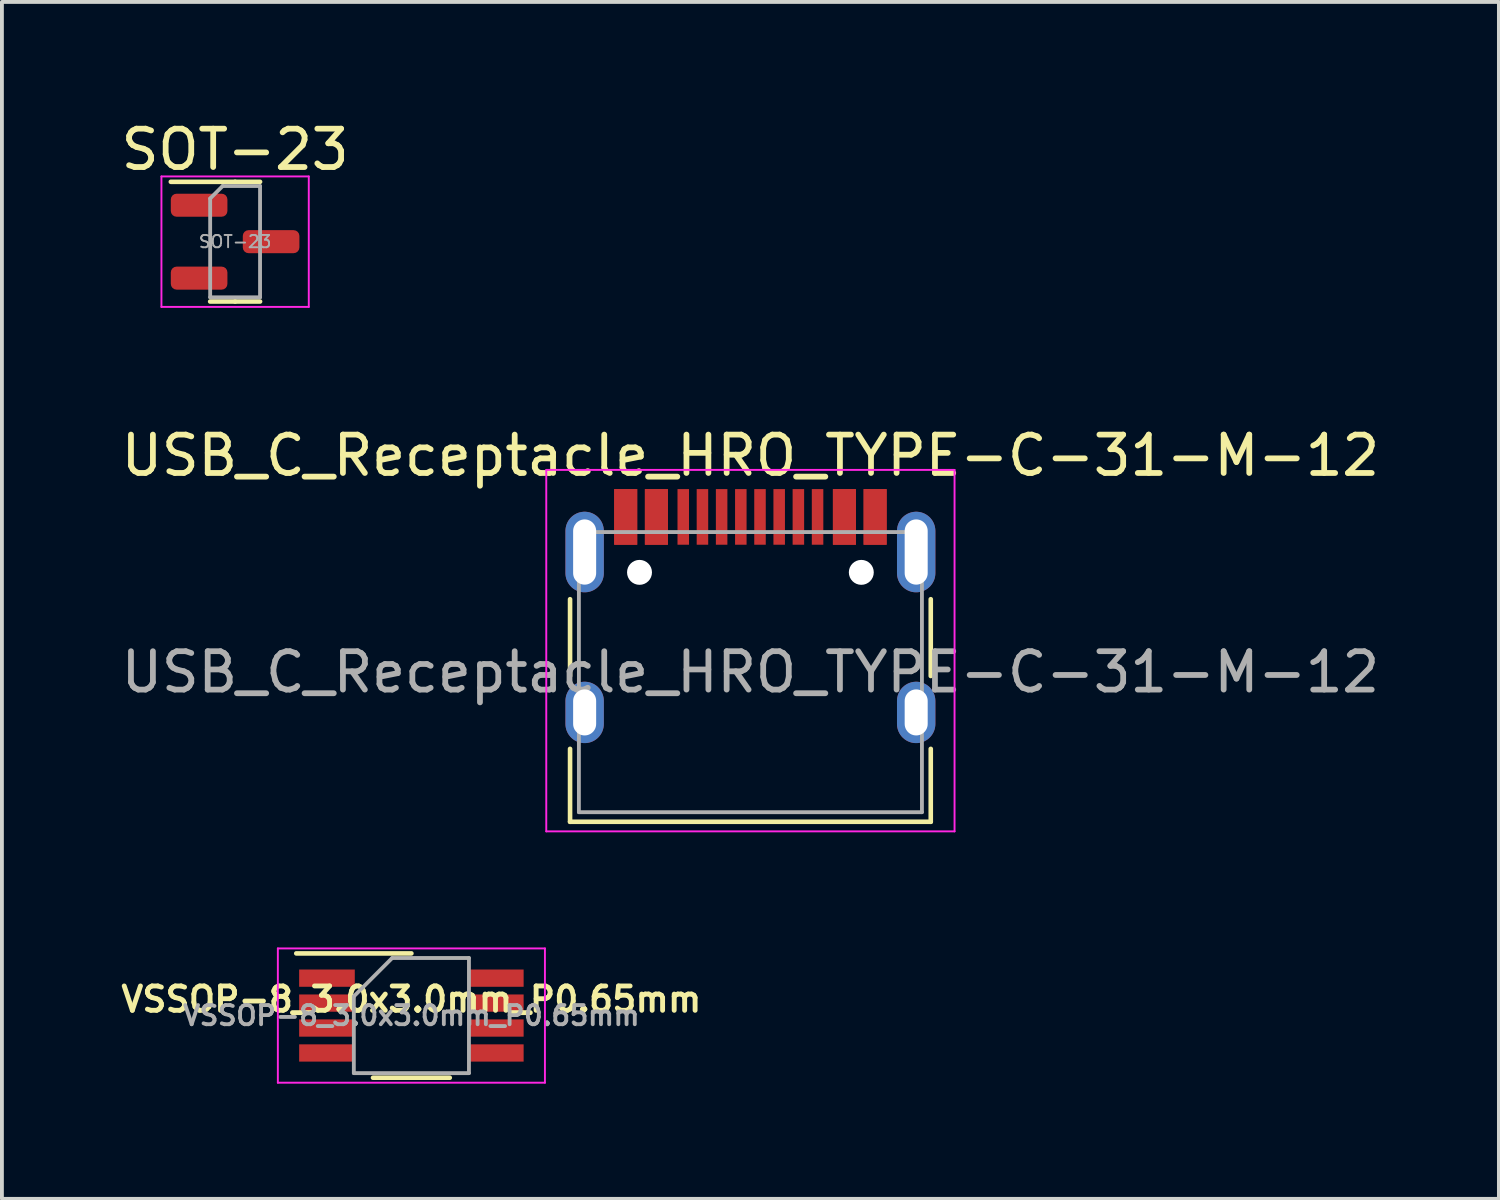
<source format=kicad_pcb>
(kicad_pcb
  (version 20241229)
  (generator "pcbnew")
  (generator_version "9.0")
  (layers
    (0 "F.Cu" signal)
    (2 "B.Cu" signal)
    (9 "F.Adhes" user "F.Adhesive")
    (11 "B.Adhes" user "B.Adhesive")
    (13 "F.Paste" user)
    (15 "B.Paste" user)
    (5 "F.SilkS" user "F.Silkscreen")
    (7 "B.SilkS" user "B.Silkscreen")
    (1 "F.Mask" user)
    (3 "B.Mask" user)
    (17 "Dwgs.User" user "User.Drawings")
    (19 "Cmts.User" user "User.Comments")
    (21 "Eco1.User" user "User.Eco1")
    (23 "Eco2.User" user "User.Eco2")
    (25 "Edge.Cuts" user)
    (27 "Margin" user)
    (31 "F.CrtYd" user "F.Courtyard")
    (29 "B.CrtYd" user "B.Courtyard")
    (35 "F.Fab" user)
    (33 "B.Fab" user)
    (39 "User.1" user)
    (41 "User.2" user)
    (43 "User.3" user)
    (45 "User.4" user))
  (footprint "VSSOP-8_3.0x3.0mm_P0.65mm"
    (layer "F.Cu")
    (at 7.671 23.416)
    (property "Reference" "VSSOP-8_3.0x3.0mm_P0.65mm" (at 0 -0.424 0) (layer "F.SilkS") (effects (font (size 0.635 0.635) (thickness 0.127))))
    (attr smd)
    (fp_line (start 0 -1.62) (end -3 -1.62) (stroke (width 0.12) (type solid)) (layer "F.SilkS"))
    (fp_line (start 1 1.62) (end -1 1.62) (stroke (width 0.12) (type solid)) (layer "F.SilkS"))
    (fp_line (start -3.48 -1.75) (end 3.48 -1.75) (stroke (width 0.05) (type solid)) (layer "F.CrtYd"))
    (fp_line (start -3.48 1.75) (end -3.48 -1.75) (stroke (width 0.05) (type solid)) (layer "F.CrtYd"))
    (fp_line (start 3.48 -1.75) (end 3.48 1.75) (stroke (width 0.05) (type solid)) (layer "F.CrtYd"))
    (fp_line (start 3.48 1.75) (end -3.48 1.75) (stroke (width 0.05) (type solid)) (layer "F.CrtYd"))
    (fp_line (start -1.5 1.5) (end -1.5 -0.5) (stroke (width 0.1) (type solid)) (layer "F.Fab"))
    (fp_line (start -0.5 -1.5) (end -1.5 -0.5) (stroke (width 0.1) (type solid)) (layer "F.Fab"))
    (fp_line (start -0.5 -1.5) (end 1.5 -1.5) (stroke (width 0.1) (type solid)) (layer "F.Fab"))
    (fp_line (start 1.5 -1.5) (end 1.5 1.5) (stroke (width 0.1) (type solid)) (layer "F.Fab"))
    (fp_line (start 1.5 1.5) (end -1.5 1.5) (stroke (width 0.1) (type solid)) (layer "F.Fab"))
    (fp_text user "${REFERENCE}" (at 0 0 0) (layer "F.Fab") (effects (font (size 0.5 0.5) (thickness 0.1))))
    (pad "1" smd rect (at -2.2 -0.975 270) (size 0.45 1.45) (layers "F.Cu" "F.Mask" "F.Paste"))
    (pad "2" smd rect (at -2.2 -0.325 270) (size 0.45 1.45) (layers "F.Cu" "F.Mask" "F.Paste"))
    (pad "3" smd rect (at -2.2 0.325 270) (size 0.45 1.45) (layers "F.Cu" "F.Mask" "F.Paste"))
    (pad "4" smd rect (at -2.2 0.975 270) (size 0.45 1.45) (layers "F.Cu" "F.Mask" "F.Paste"))
    (pad "5" smd rect (at 2.2 0.975 270) (size 0.45 1.45) (layers "F.Cu" "F.Mask" "F.Paste"))
    (pad "6" smd rect (at 2.2 0.325 270) (size 0.45 1.45) (layers "F.Cu" "F.Mask" "F.Paste"))
    (pad "7" smd rect (at 2.2 -0.325 270) (size 0.45 1.45) (layers "F.Cu" "F.Mask" "F.Paste"))
    (pad "8" smd rect (at 2.2 -0.975 270) (size 0.45 1.45) (layers "F.Cu" "F.Mask" "F.Paste")))
  (footprint "USB_C_Receptacle_HRO_TYPE-C-31-M-12"
    (layer "F.Cu")
    (at 16.506 14.466)
    (property "Reference" "USB_C_Receptacle_HRO_TYPE-C-31-M-12" (at 0 -5.645 0) (layer "F.SilkS") (effects (font (size 1 1) (thickness 0.15))))
    (attr smd)
    (fp_line (start -4.7 -1.9) (end -4.7 0.1) (stroke (width 0.12) (type solid)) (layer "F.SilkS"))
    (fp_line (start -4.7 2) (end -4.7 3.9) (stroke (width 0.12) (type solid)) (layer "F.SilkS"))
    (fp_line (start -4.7 3.9) (end 4.7 3.9) (stroke (width 0.12) (type solid)) (layer "F.SilkS"))
    (fp_line (start 4.7 -1.9) (end 4.7 0.1) (stroke (width 0.12) (type solid)) (layer "F.SilkS"))
    (fp_line (start 4.7 2) (end 4.7 3.9) (stroke (width 0.12) (type solid)) (layer "F.SilkS"))
    (fp_line (start -5.32 -5.27) (end -5.32 4.15) (stroke (width 0.05) (type solid)) (layer "F.CrtYd"))
    (fp_line (start -5.32 -5.27) (end 5.32 -5.27) (stroke (width 0.05) (type solid)) (layer "F.CrtYd"))
    (fp_line (start -5.32 4.15) (end 5.32 4.15) (stroke (width 0.05) (type solid)) (layer "F.CrtYd"))
    (fp_line (start 5.32 -5.27) (end 5.32 4.15) (stroke (width 0.05) (type solid)) (layer "F.CrtYd"))
    (fp_line (start -4.47 -3.65) (end -4.47 3.65) (stroke (width 0.1) (type solid)) (layer "F.Fab"))
    (fp_line (start -4.47 -3.65) (end 4.47 -3.65) (stroke (width 0.1) (type solid)) (layer "F.Fab"))
    (fp_line (start -4.47 3.65) (end 4.47 3.65) (stroke (width 0.1) (type solid)) (layer "F.Fab"))
    (fp_line (start 4.47 -3.65) (end 4.47 3.65) (stroke (width 0.1) (type solid)) (layer "F.Fab"))
    (fp_text user "${REFERENCE}" (at 0 0 0) (layer "F.Fab") (effects (font (size 1 1) (thickness 0.15))))
    (pad "" np_thru_hole circle (at -2.89 -2.6) (size 0.65 0.65) (drill 0.65) (layers "*.Cu" "*.Mask"))
    (pad "" np_thru_hole circle (at 2.89 -2.6) (size 0.65 0.65) (drill 0.65) (layers "*.Cu" "*.Mask"))
    (pad "A1" smd rect (at -3.25 -4.045) (size 0.6 1.45) (layers "F.Cu" "F.Mask" "F.Paste"))
    (pad "A4" smd rect (at -2.45 -4.045) (size 0.6 1.45) (layers "F.Cu" "F.Mask" "F.Paste"))
    (pad "A5" smd rect (at -1.25 -4.045) (size 0.3 1.45) (layers "F.Cu" "F.Mask" "F.Paste"))
    (pad "A6" smd rect (at -0.25 -4.045) (size 0.3 1.45) (layers "F.Cu" "F.Mask" "F.Paste"))
    (pad "A7" smd rect (at 0.25 -4.045) (size 0.3 1.45) (layers "F.Cu" "F.Mask" "F.Paste"))
    (pad "A8" smd rect (at 1.25 -4.045) (size 0.3 1.45) (layers "F.Cu" "F.Mask" "F.Paste"))
    (pad "A9" smd rect (at 2.45 -4.045) (size 0.6 1.45) (layers "F.Cu" "F.Mask" "F.Paste"))
    (pad "A12" smd rect (at 3.25 -4.045) (size 0.6 1.45) (layers "F.Cu" "F.Mask" "F.Paste"))
    (pad "B1" smd rect (at 3.25 -4.045) (size 0.6 1.45) (layers "F.Cu" "F.Mask" "F.Paste"))
    (pad "B4" smd rect (at 2.45 -4.045) (size 0.6 1.45) (layers "F.Cu" "F.Mask" "F.Paste"))
    (pad "B5" smd rect (at 1.75 -4.045) (size 0.3 1.45) (layers "F.Cu" "F.Mask" "F.Paste"))
    (pad "B6" smd rect (at 0.75 -4.045) (size 0.3 1.45) (layers "F.Cu" "F.Mask" "F.Paste"))
    (pad "B7" smd rect (at -0.75 -4.045) (size 0.3 1.45) (layers "F.Cu" "F.Mask" "F.Paste"))
    (pad "B8" smd rect (at -1.75 -4.045) (size 0.3 1.45) (layers "F.Cu" "F.Mask" "F.Paste"))
    (pad "B9" smd rect (at -2.45 -4.045) (size 0.6 1.45) (layers "F.Cu" "F.Mask" "F.Paste"))
    (pad "B12" smd rect (at -3.25 -4.045) (size 0.6 1.45) (layers "F.Cu" "F.Mask" "F.Paste"))
    (pad "S1" thru_hole oval (at -4.32 -3.13) (size 1 2.1) (drill oval 0.6 1.7) (layers "*.Cu" "*.Mask"))
    (pad "S1" thru_hole oval (at -4.32 1.05) (size 1 1.6) (drill oval 0.6 1.2) (layers "*.Cu" "*.Mask"))
    (pad "S1" thru_hole oval (at 4.32 -3.13) (size 1 2.1) (drill oval 0.6 1.7) (layers "*.Cu" "*.Mask"))
    (pad "S1" thru_hole oval (at 4.32 1.05) (size 1 1.6) (drill oval 0.6 1.2) (layers "*.Cu" "*.Mask")))
  (footprint "SOT-23"
    (layer "F.Cu")
    (at 3.077 3.248)
    (property "Reference" "SOT-23" (at 0 -2.4 0) (layer "F.SilkS") (effects (font (size 1 1) (thickness 0.15))))
    (attr smd)
    (fp_line (start 0 -1.56) (end -1.675 -1.56) (stroke (width 0.12) (type solid)) (layer "F.SilkS"))
    (fp_line (start 0 -1.56) (end 0.65 -1.56) (stroke (width 0.12) (type solid)) (layer "F.SilkS"))
    (fp_line (start 0 1.56) (end -0.65 1.56) (stroke (width 0.12) (type solid)) (layer "F.SilkS"))
    (fp_line (start 0 1.56) (end 0.65 1.56) (stroke (width 0.12) (type solid)) (layer "F.SilkS"))
    (fp_line (start -1.92 -1.7) (end -1.92 1.7) (stroke (width 0.05) (type solid)) (layer "F.CrtYd"))
    (fp_line (start -1.92 1.7) (end 1.92 1.7) (stroke (width 0.05) (type solid)) (layer "F.CrtYd"))
    (fp_line (start 1.92 -1.7) (end -1.92 -1.7) (stroke (width 0.05) (type solid)) (layer "F.CrtYd"))
    (fp_line (start 1.92 1.7) (end 1.92 -1.7) (stroke (width 0.05) (type solid)) (layer "F.CrtYd"))
    (fp_line (start -0.65 -1.125) (end -0.325 -1.45) (stroke (width 0.1) (type solid)) (layer "F.Fab"))
    (fp_line (start -0.65 1.45) (end -0.65 -1.125) (stroke (width 0.1) (type solid)) (layer "F.Fab"))
    (fp_line (start -0.325 -1.45) (end 0.65 -1.45) (stroke (width 0.1) (type solid)) (layer "F.Fab"))
    (fp_line (start 0.65 -1.45) (end 0.65 1.45) (stroke (width 0.1) (type solid)) (layer "F.Fab"))
    (fp_line (start 0.65 1.45) (end -0.65 1.45) (stroke (width 0.1) (type solid)) (layer "F.Fab"))
    (fp_text user "${REFERENCE}" (at 0 0 0) (layer "F.Fab") (effects (font (size 0.32 0.32) (thickness 0.05))))
    (pad "1" smd roundrect (at -0.938 -0.95) (size 1.475 0.6) (layers "F.Cu" "F.Mask" "F.Paste") (roundrect_rratio 0.25))
    (pad "2" smd roundrect (at -0.938 0.95) (size 1.475 0.6) (layers "F.Cu" "F.Mask" "F.Paste") (roundrect_rratio 0.25))
    (pad "3" smd roundrect (at 0.938 0) (size 1.475 0.6) (layers "F.Cu" "F.Mask" "F.Paste") (roundrect_rratio 0.25)))
  (gr_rect
    (start -3 -3)
    (end 36.012 28.192)
    (stroke (width 0.1) (type default))
    (fill no)
    (layer "Edge.Cuts")))
</source>
